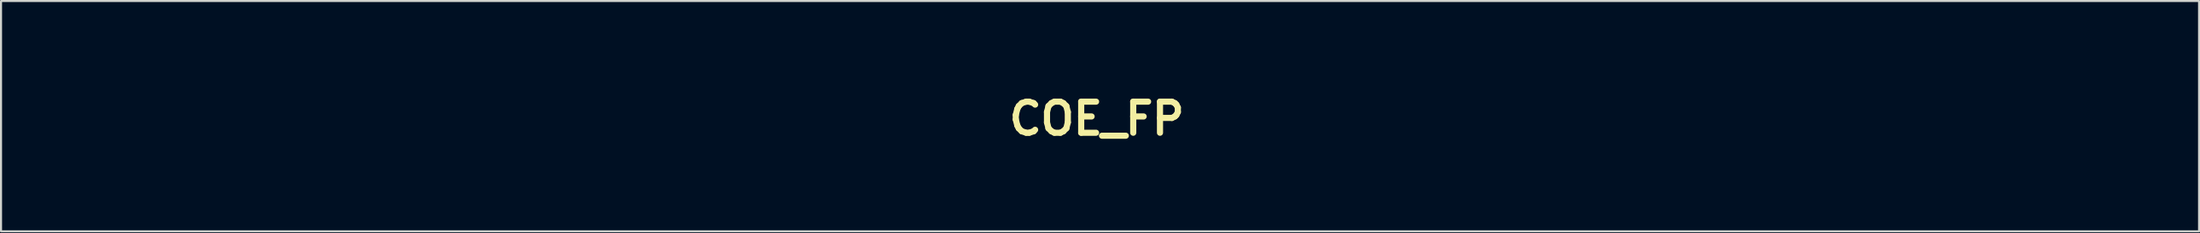
<source format=kicad_pcb>
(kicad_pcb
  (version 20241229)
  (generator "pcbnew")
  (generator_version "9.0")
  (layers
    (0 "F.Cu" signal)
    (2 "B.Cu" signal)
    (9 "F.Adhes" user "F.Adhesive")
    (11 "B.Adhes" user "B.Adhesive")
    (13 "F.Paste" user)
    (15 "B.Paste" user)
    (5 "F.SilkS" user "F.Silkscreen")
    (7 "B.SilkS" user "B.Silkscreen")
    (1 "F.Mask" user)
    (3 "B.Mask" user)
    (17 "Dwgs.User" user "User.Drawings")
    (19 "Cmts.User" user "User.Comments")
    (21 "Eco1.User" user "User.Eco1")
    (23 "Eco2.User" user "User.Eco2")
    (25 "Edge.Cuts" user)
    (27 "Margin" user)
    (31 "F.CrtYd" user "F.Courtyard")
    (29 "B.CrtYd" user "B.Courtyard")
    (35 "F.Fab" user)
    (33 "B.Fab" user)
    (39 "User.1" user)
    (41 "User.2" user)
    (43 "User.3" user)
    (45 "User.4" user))
  (footprint "COE_FP"
    (layer "F.Cu")
    (at 50.49 2.766)
    (property "Reference" "COE_FP" (at 0 0 0) (layer "F.SilkS") (effects (font (size 1.524 1.524) (thickness 0.3))))
    (attr through_hole)
    (fp_poly (pts (xy 15.85 -2.565) (xy 15.831 -2.472) (xy 15.755 -2.44) (xy 15.71 -2.438) (xy 15.513 -2.418) (xy 15.329 -2.365) (xy 15.19 -2.291) (xy 15.139 -2.236) (xy 15.125 -2.159) (xy 15.113 -1.985) (xy 15.104 -1.721) (xy 15.096 -1.371) (xy 15.091 -0.941) (xy 15.088 -0.437) (xy 15.088 -0.109) (xy 15.088 1.923) (xy 15.22 2.027) (xy 15.352 2.097) (xy 15.529 2.152) (xy 15.601 2.165) (xy 15.751 2.19) (xy 15.825 2.227) (xy 15.849 2.289) (xy 15.85 2.318) (xy 15.85 2.438) (xy 13.564 2.438) (xy 13.564 2.311) (xy 13.573 2.233) (xy 13.619 2.196) (xy 13.728 2.185) (xy 13.796 2.184) (xy 14.03 2.159) (xy 14.208 2.087) (xy 14.287 2.012) (xy 14.295 1.95) (xy 14.302 1.798) (xy 14.309 1.567) (xy 14.315 1.267) (xy 14.32 0.91) (xy 14.323 0.506) (xy 14.325 0.068) (xy 14.325 -0.106) (xy 14.325 -0.621) (xy 14.324 -1.043) (xy 14.322 -1.383) (xy 14.318 -1.649) (xy 14.312 -1.852) (xy 14.304 -2.001) (xy 14.293 -2.105) (xy 14.279 -2.173) (xy 14.261 -2.216) (xy 14.24 -2.243) (xy 14.237 -2.246) (xy 14.093 -2.332) (xy 13.902 -2.402) (xy 13.716 -2.437) (xy 13.683 -2.438) (xy 13.592 -2.461) (xy 13.564 -2.549) (xy 13.564 -2.565) (xy 13.564 -2.692) (xy 15.85 -2.692) (xy 15.85 -2.565)) (stroke (width 0.01) (type solid)) (fill yes) (layer "F.Mask"))
    (fp_poly (pts (xy 39.472 -2.565) (xy 39.453 -2.472) (xy 39.377 -2.44) (xy 39.332 -2.438) (xy 39.135 -2.418) (xy 38.951 -2.365) (xy 38.812 -2.291) (xy 38.761 -2.236) (xy 38.747 -2.159) (xy 38.735 -1.985) (xy 38.726 -1.721) (xy 38.718 -1.371) (xy 38.713 -0.941) (xy 38.71 -0.437) (xy 38.71 -0.109) (xy 38.71 1.923) (xy 38.842 2.027) (xy 38.974 2.097) (xy 39.151 2.152) (xy 39.223 2.165) (xy 39.373 2.19) (xy 39.447 2.227) (xy 39.471 2.289) (xy 39.472 2.318) (xy 39.472 2.438) (xy 37.186 2.438) (xy 37.186 2.311) (xy 37.195 2.233) (xy 37.241 2.196) (xy 37.35 2.185) (xy 37.418 2.184) (xy 37.652 2.159) (xy 37.83 2.087) (xy 37.909 2.012) (xy 37.917 1.95) (xy 37.924 1.798) (xy 37.931 1.567) (xy 37.937 1.267) (xy 37.942 0.91) (xy 37.945 0.506) (xy 37.947 0.068) (xy 37.947 -0.106) (xy 37.947 -0.621) (xy 37.946 -1.043) (xy 37.944 -1.383) (xy 37.94 -1.649) (xy 37.934 -1.852) (xy 37.926 -2.001) (xy 37.915 -2.105) (xy 37.901 -2.173) (xy 37.883 -2.216) (xy 37.862 -2.243) (xy 37.859 -2.246) (xy 37.715 -2.332) (xy 37.524 -2.402) (xy 37.338 -2.437) (xy 37.305 -2.438) (xy 37.214 -2.461) (xy 37.186 -2.549) (xy 37.186 -2.565) (xy 37.186 -2.692) (xy 39.472 -2.692) (xy 39.472 -2.565)) (stroke (width 0.01) (type solid)) (fill yes) (layer "F.Mask"))
    (fp_poly (pts (xy -47.462 -2.692) (xy -47.089 -2.572) (xy -46.761 -2.439) (xy -46.668 -2.566) (xy -46.554 -2.664) (xy -46.452 -2.692) (xy -46.33 -2.692) (xy -46.33 -0.864) (xy -46.445 -0.864) (xy -46.508 -0.877) (xy -46.559 -0.929) (xy -46.61 -1.039) (xy -46.673 -1.228) (xy -46.677 -1.238) (xy -46.822 -1.615) (xy -47.004 -1.941) (xy -47.211 -2.197) (xy -47.353 -2.317) (xy -47.482 -2.396) (xy -47.609 -2.443) (xy -47.771 -2.469) (xy -47.965 -2.482) (xy -48.185 -2.487) (xy -48.344 -2.474) (xy -48.483 -2.435) (xy -48.638 -2.366) (xy -48.967 -2.15) (xy -49.231 -1.855) (xy -49.432 -1.482) (xy -49.567 -1.031) (xy -49.639 -0.501) (xy -49.65 -0.178) (xy -49.617 0.358) (xy -49.513 0.835) (xy -49.34 1.249) (xy -49.102 1.594) (xy -48.8 1.865) (xy -48.548 2.01) (xy -48.266 2.099) (xy -47.937 2.134) (xy -47.601 2.116) (xy -47.332 2.054) (xy -47.056 1.913) (xy -46.795 1.696) (xy -46.577 1.426) (xy -46.511 1.313) (xy -46.432 1.167) (xy -46.374 1.062) (xy -46.352 1.025) (xy -46.303 1.032) (xy -46.231 1.065) (xy -46.123 1.123) (xy -46.264 1.383) (xy -46.532 1.776) (xy -46.86 2.091) (xy -47.238 2.321) (xy -47.658 2.464) (xy -48.112 2.514) (xy -48.514 2.482) (xy -48.715 2.434) (xy -48.947 2.356) (xy -49.111 2.287) (xy -49.5 2.052) (xy -49.827 1.748) (xy -50.09 1.387) (xy -50.289 0.981) (xy -50.421 0.544) (xy -50.485 0.086) (xy -50.48 -0.378) (xy -50.403 -0.837) (xy -50.253 -1.279) (xy -50.029 -1.69) (xy -49.728 -2.059) (xy -49.676 -2.11) (xy -49.295 -2.407) (xy -48.871 -2.615) (xy -48.416 -2.734) (xy -47.942 -2.76) (xy -47.462 -2.692)) (stroke (width 0.01) (type solid)) (fill yes) (layer "F.Mask"))
    (fp_poly (pts (xy -42.67 -2.692) (xy -42.21 -2.527) (xy -42.173 -2.51) (xy -41.771 -2.259) (xy -41.431 -1.934) (xy -41.157 -1.548) (xy -40.954 -1.111) (xy -40.828 -0.635) (xy -40.783 -0.132) (xy -40.824 0.388) (xy -40.848 0.518) (xy -40.992 0.981) (xy -41.215 1.399) (xy -41.508 1.762) (xy -41.858 2.063) (xy -42.254 2.294) (xy -42.686 2.447) (xy -43.142 2.515) (xy -43.611 2.489) (xy -43.612 2.489) (xy -44.094 2.363) (xy -44.525 2.152) (xy -44.9 1.862) (xy -45.211 1.499) (xy -45.454 1.069) (xy -45.621 0.577) (xy -45.644 0.478) (xy -45.708 -0.061) (xy -45.705 -0.102) (xy -44.855 -0.102) (xy -44.828 0.452) (xy -44.747 0.926) (xy -44.608 1.327) (xy -44.409 1.661) (xy -44.188 1.903) (xy -44.03 2.03) (xy -43.876 2.131) (xy -43.771 2.18) (xy -43.555 2.219) (xy -43.294 2.231) (xy -43.025 2.219) (xy -42.787 2.184) (xy -42.641 2.138) (xy -42.348 1.95) (xy -42.095 1.674) (xy -41.888 1.317) (xy -41.732 0.887) (xy -41.722 0.85) (xy -41.674 0.591) (xy -41.646 0.263) (xy -41.636 -0.099) (xy -41.645 -0.465) (xy -41.672 -0.802) (xy -41.718 -1.077) (xy -41.728 -1.118) (xy -41.884 -1.567) (xy -42.086 -1.927) (xy -42.336 -2.197) (xy -42.634 -2.379) (xy -42.981 -2.474) (xy -43.211 -2.489) (xy -43.538 -2.47) (xy -43.8 -2.405) (xy -44.028 -2.284) (xy -44.191 -2.154) (xy -44.438 -1.873) (xy -44.627 -1.527) (xy -44.758 -1.11) (xy -44.833 -0.616) (xy -44.855 -0.102) (xy -45.705 -0.102) (xy -45.673 -0.595) (xy -45.539 -1.111) (xy -45.414 -1.405) (xy -45.157 -1.822) (xy -44.835 -2.167) (xy -44.46 -2.438) (xy -44.044 -2.63) (xy -43.599 -2.739) (xy -43.137 -2.761) (xy -42.67 -2.692)) (stroke (width 0.01) (type solid)) (fill yes) (layer "F.Mask"))
    (fp_poly (pts (xy -11.174 -2.692) (xy -10.714 -2.527) (xy -10.677 -2.51) (xy -10.275 -2.259) (xy -9.935 -1.934) (xy -9.661 -1.548) (xy -9.458 -1.111) (xy -9.332 -0.635) (xy -9.287 -0.132) (xy -9.328 0.388) (xy -9.352 0.518) (xy -9.496 0.981) (xy -9.719 1.399) (xy -10.012 1.762) (xy -10.362 2.063) (xy -10.758 2.294) (xy -11.19 2.447) (xy -11.646 2.515) (xy -12.115 2.489) (xy -12.116 2.489) (xy -12.598 2.363) (xy -13.029 2.152) (xy -13.404 1.862) (xy -13.715 1.499) (xy -13.958 1.069) (xy -14.125 0.577) (xy -14.148 0.478) (xy -14.212 -0.061) (xy -14.209 -0.102) (xy -13.359 -0.102) (xy -13.332 0.452) (xy -13.251 0.926) (xy -13.112 1.327) (xy -12.913 1.661) (xy -12.692 1.903) (xy -12.534 2.03) (xy -12.38 2.131) (xy -12.275 2.18) (xy -12.059 2.219) (xy -11.798 2.231) (xy -11.529 2.219) (xy -11.291 2.184) (xy -11.145 2.138) (xy -10.852 1.95) (xy -10.599 1.674) (xy -10.392 1.317) (xy -10.236 0.887) (xy -10.226 0.85) (xy -10.178 0.591) (xy -10.15 0.263) (xy -10.14 -0.099) (xy -10.149 -0.465) (xy -10.176 -0.802) (xy -10.222 -1.077) (xy -10.232 -1.118) (xy -10.388 -1.567) (xy -10.59 -1.927) (xy -10.84 -2.197) (xy -11.138 -2.379) (xy -11.485 -2.474) (xy -11.715 -2.489) (xy -12.042 -2.47) (xy -12.304 -2.405) (xy -12.532 -2.284) (xy -12.695 -2.154) (xy -12.942 -1.873) (xy -13.131 -1.527) (xy -13.262 -1.11) (xy -13.337 -0.616) (xy -13.359 -0.102) (xy -14.209 -0.102) (xy -14.177 -0.595) (xy -14.043 -1.111) (xy -13.918 -1.405) (xy -13.661 -1.822) (xy -13.339 -2.167) (xy -12.964 -2.438) (xy -12.548 -2.63) (xy -12.103 -2.739) (xy -11.641 -2.761) (xy -11.174 -2.692)) (stroke (width 0.01) (type solid)) (fill yes) (layer "F.Mask"))
    (fp_poly (pts (xy -37.948 -2.572) (xy -37.961 -2.495) (xy -38.018 -2.454) (xy -38.146 -2.429) (xy -38.175 -2.426) (xy -38.348 -2.391) (xy -38.499 -2.335) (xy -38.531 -2.317) (xy -38.659 -2.233) (xy -38.659 -0.161) (xy -38.658 0.369) (xy -38.656 0.805) (xy -38.653 1.159) (xy -38.648 1.437) (xy -38.641 1.649) (xy -38.631 1.803) (xy -38.618 1.91) (xy -38.603 1.977) (xy -38.587 2.01) (xy -38.544 2.052) (xy -38.478 2.082) (xy -38.369 2.102) (xy -38.198 2.115) (xy -37.947 2.124) (xy -37.909 2.125) (xy -37.561 2.129) (xy -37.296 2.117) (xy -37.097 2.082) (xy -36.944 2.021) (xy -36.821 1.928) (xy -36.71 1.798) (xy -36.703 1.788) (xy -36.582 1.61) (xy -36.451 1.394) (xy -36.361 1.232) (xy -36.245 1.036) (xy -36.152 0.933) (xy -36.1 0.915) (xy -36.059 0.921) (xy -36.033 0.953) (xy -36.022 1.027) (xy -36.023 1.162) (xy -36.034 1.374) (xy -36.039 1.46) (xy -36.056 1.712) (xy -36.075 1.95) (xy -36.092 2.14) (xy -36.101 2.223) (xy -36.13 2.438) (xy -40.132 2.438) (xy -40.132 2.318) (xy -40.121 2.246) (xy -40.072 2.205) (xy -39.96 2.182) (xy -39.869 2.172) (xy -39.761 2.162) (xy -39.672 2.15) (xy -39.6 2.125) (xy -39.544 2.079) (xy -39.5 2.004) (xy -39.468 1.889) (xy -39.446 1.727) (xy -39.433 1.507) (xy -39.425 1.222) (xy -39.421 0.861) (xy -39.421 0.416) (xy -39.421 -0.085) (xy -39.422 -0.588) (xy -39.426 -1.037) (xy -39.431 -1.424) (xy -39.439 -1.74) (xy -39.449 -1.978) (xy -39.46 -2.128) (xy -39.47 -2.182) (xy -39.552 -2.26) (xy -39.694 -2.34) (xy -39.859 -2.405) (xy -40.008 -2.437) (xy -40.031 -2.438) (xy -40.11 -2.469) (xy -40.132 -2.565) (xy -40.132 -2.692) (xy -37.948 -2.692) (xy -37.948 -2.572)) (stroke (width 0.01) (type solid)) (fill yes) (layer "F.Mask"))
    (fp_poly (pts (xy -33.426 -2.572) (xy -33.44 -2.495) (xy -33.497 -2.454) (xy -33.625 -2.429) (xy -33.654 -2.426) (xy -33.827 -2.391) (xy -33.978 -2.335) (xy -34.01 -2.317) (xy -34.138 -2.233) (xy -34.138 -0.161) (xy -34.137 0.369) (xy -34.135 0.805) (xy -34.132 1.159) (xy -34.127 1.437) (xy -34.119 1.649) (xy -34.11 1.803) (xy -34.097 1.91) (xy -34.081 1.977) (xy -34.066 2.01) (xy -34.023 2.052) (xy -33.957 2.082) (xy -33.847 2.102) (xy -33.677 2.115) (xy -33.426 2.124) (xy -33.388 2.125) (xy -33.04 2.129) (xy -32.775 2.117) (xy -32.576 2.082) (xy -32.423 2.021) (xy -32.3 1.928) (xy -32.189 1.798) (xy -32.182 1.788) (xy -32.061 1.61) (xy -31.93 1.394) (xy -31.84 1.232) (xy -31.724 1.036) (xy -31.631 0.933) (xy -31.579 0.915) (xy -31.537 0.921) (xy -31.512 0.953) (xy -31.501 1.027) (xy -31.501 1.162) (xy -31.512 1.374) (xy -31.518 1.46) (xy -31.535 1.712) (xy -31.553 1.95) (xy -31.571 2.14) (xy -31.58 2.223) (xy -31.609 2.438) (xy -35.611 2.438) (xy -35.611 2.318) (xy -35.6 2.246) (xy -35.551 2.205) (xy -35.438 2.182) (xy -35.347 2.172) (xy -35.24 2.162) (xy -35.151 2.15) (xy -35.079 2.125) (xy -35.022 2.079) (xy -34.979 2.004) (xy -34.947 1.889) (xy -34.925 1.727) (xy -34.911 1.507) (xy -34.904 1.222) (xy -34.9 0.861) (xy -34.899 0.416) (xy -34.9 -0.085) (xy -34.901 -0.588) (xy -34.904 -1.037) (xy -34.91 -1.424) (xy -34.918 -1.74) (xy -34.928 -1.978) (xy -34.939 -2.128) (xy -34.949 -2.182) (xy -35.03 -2.26) (xy -35.173 -2.34) (xy -35.338 -2.405) (xy -35.487 -2.437) (xy -35.51 -2.438) (xy -35.589 -2.469) (xy -35.611 -2.565) (xy -35.611 -2.692) (xy -33.426 -2.692) (xy -33.426 -2.572)) (stroke (width 0.01) (type solid)) (fill yes) (layer "F.Mask"))
    (fp_poly (pts (xy -4.623 -2.057) (xy -4.623 -1.794) (xy -4.627 -1.616) (xy -4.637 -1.507) (xy -4.657 -1.449) (xy -4.689 -1.426) (xy -4.736 -1.422) (xy -4.74 -1.422) (xy -4.827 -1.449) (xy -4.907 -1.54) (xy -4.971 -1.658) (xy -5.134 -1.945) (xy -5.307 -2.167) (xy -5.478 -2.307) (xy -5.492 -2.314) (xy -5.585 -2.346) (xy -5.732 -2.368) (xy -5.947 -2.381) (xy -6.243 -2.387) (xy -6.398 -2.388) (xy -7.163 -2.388) (xy -7.163 -0.356) (xy -6.678 -0.356) (xy -6.356 -0.367) (xy -6.118 -0.407) (xy -5.948 -0.485) (xy -5.829 -0.609) (xy -5.747 -0.79) (xy -5.714 -0.905) (xy -5.662 -1.062) (xy -5.599 -1.14) (xy -5.545 -1.159) (xy -5.507 -1.162) (xy -5.48 -1.15) (xy -5.46 -1.109) (xy -5.448 -1.027) (xy -5.44 -0.891) (xy -5.437 -0.687) (xy -5.436 -0.403) (xy -5.436 -0.178) (xy -5.436 0.82) (xy -5.548 0.804) (xy -5.634 0.762) (xy -5.686 0.652) (xy -5.7 0.595) (xy -5.768 0.349) (xy -5.865 0.171) (xy -6.007 0.053) (xy -6.209 -0.016) (xy -6.486 -0.047) (xy -6.678 -0.051) (xy -7.163 -0.051) (xy -7.163 0.94) (xy -7.162 1.312) (xy -7.155 1.596) (xy -7.138 1.805) (xy -7.107 1.95) (xy -7.055 2.045) (xy -6.979 2.103) (xy -6.873 2.137) (xy -6.733 2.16) (xy -6.708 2.164) (xy -6.555 2.189) (xy -6.479 2.224) (xy -6.453 2.284) (xy -6.452 2.318) (xy -6.452 2.438) (xy -8.636 2.438) (xy -8.636 2.311) (xy -8.626 2.232) (xy -8.578 2.195) (xy -8.464 2.185) (xy -8.414 2.184) (xy -8.178 2.146) (xy -8.059 2.079) (xy -7.925 1.974) (xy -7.925 -0.074) (xy -7.925 -0.607) (xy -7.925 -1.047) (xy -7.928 -1.404) (xy -7.936 -1.688) (xy -7.949 -1.906) (xy -7.971 -2.069) (xy -8.002 -2.186) (xy -8.044 -2.266) (xy -8.1 -2.318) (xy -8.17 -2.351) (xy -8.257 -2.375) (xy -8.363 -2.398) (xy -8.369 -2.4) (xy -8.527 -2.444) (xy -8.608 -2.489) (xy -8.635 -2.553) (xy -8.636 -2.577) (xy -8.636 -2.692) (xy -4.623 -2.692) (xy -4.623 -2.057)) (stroke (width 0.01) (type solid)) (fill yes) (layer "F.Mask"))
    (fp_poly (pts (xy 7.772 -2.572) (xy 7.756 -2.491) (xy 7.691 -2.446) (xy 7.564 -2.418) (xy 7.307 -2.354) (xy 7.135 -2.252) (xy 7.033 -2.103) (xy 7.013 -2.045) (xy 6.999 -1.943) (xy 6.987 -1.745) (xy 6.978 -1.459) (xy 6.97 -1.09) (xy 6.964 -0.644) (xy 6.961 -0.128) (xy 6.96 0.318) (xy 6.96 2.489) (xy 6.818 2.489) (xy 6.781 2.483) (xy 6.738 2.46) (xy 6.682 2.415) (xy 6.608 2.34) (xy 6.511 2.229) (xy 6.387 2.076) (xy 6.229 1.874) (xy 6.032 1.617) (xy 5.791 1.299) (xy 5.502 0.913) (xy 5.158 0.452) (xy 5.103 0.378) (xy 3.531 -1.733) (xy 3.517 -0.11) (xy 3.514 0.389) (xy 3.515 0.795) (xy 3.519 1.117) (xy 3.527 1.363) (xy 3.54 1.542) (xy 3.556 1.661) (xy 3.568 1.707) (xy 3.686 1.909) (xy 3.883 2.062) (xy 4.143 2.153) (xy 4.195 2.162) (xy 4.336 2.191) (xy 4.402 2.233) (xy 4.419 2.307) (xy 4.42 2.317) (xy 4.42 2.438) (xy 2.337 2.438) (xy 2.337 2.323) (xy 2.352 2.252) (xy 2.415 2.202) (xy 2.548 2.159) (xy 2.603 2.145) (xy 2.8 2.087) (xy 2.941 2.011) (xy 3.037 1.897) (xy 3.1 1.73) (xy 3.14 1.49) (xy 3.16 1.287) (xy 3.173 1.076) (xy 3.183 0.785) (xy 3.19 0.439) (xy 3.194 0.059) (xy 3.193 -0.332) (xy 3.191 -0.533) (xy 3.186 -0.929) (xy 3.179 -1.237) (xy 3.172 -1.47) (xy 3.161 -1.641) (xy 3.146 -1.765) (xy 3.127 -1.855) (xy 3.101 -1.924) (xy 3.071 -1.981) (xy 2.891 -2.195) (xy 2.651 -2.352) (xy 2.43 -2.42) (xy 2.3 -2.452) (xy 2.245 -2.504) (xy 2.235 -2.572) (xy 2.235 -2.692) (xy 2.959 -2.689) (xy 3.683 -2.686) (xy 5.131 -0.73) (xy 6.579 1.227) (xy 6.594 -0.212) (xy 6.596 -0.597) (xy 6.597 -0.959) (xy 6.595 -1.282) (xy 6.591 -1.552) (xy 6.585 -1.753) (xy 6.578 -1.868) (xy 6.577 -1.873) (xy 6.513 -2.088) (xy 6.384 -2.243) (xy 6.177 -2.349) (xy 6.027 -2.39) (xy 5.863 -2.432) (xy 5.776 -2.474) (xy 5.744 -2.531) (xy 5.74 -2.573) (xy 5.74 -2.692) (xy 7.772 -2.692) (xy 7.772 -2.572)) (stroke (width 0.01) (type solid)) (fill yes) (layer "F.Mask"))
    (fp_poly (pts (xy 21.844 -2.572) (xy 21.828 -2.491) (xy 21.762 -2.446) (xy 21.635 -2.418) (xy 21.379 -2.354) (xy 21.207 -2.252) (xy 21.105 -2.103) (xy 21.085 -2.045) (xy 21.071 -1.943) (xy 21.059 -1.745) (xy 21.049 -1.459) (xy 21.041 -1.09) (xy 21.036 -0.644) (xy 21.032 -0.128) (xy 21.031 0.318) (xy 21.031 2.489) (xy 20.889 2.489) (xy 20.853 2.483) (xy 20.809 2.46) (xy 20.753 2.415) (xy 20.68 2.34) (xy 20.583 2.229) (xy 20.458 2.076) (xy 20.3 1.874) (xy 20.103 1.617) (xy 19.863 1.299) (xy 19.573 0.913) (xy 19.229 0.452) (xy 19.175 0.378) (xy 17.602 -1.733) (xy 17.589 -0.11) (xy 17.586 0.389) (xy 17.586 0.795) (xy 17.591 1.117) (xy 17.599 1.363) (xy 17.611 1.542) (xy 17.628 1.661) (xy 17.64 1.707) (xy 17.758 1.909) (xy 17.954 2.062) (xy 18.214 2.153) (xy 18.266 2.162) (xy 18.407 2.191) (xy 18.474 2.233) (xy 18.491 2.307) (xy 18.491 2.317) (xy 18.491 2.438) (xy 16.408 2.438) (xy 16.408 2.323) (xy 16.424 2.252) (xy 16.486 2.202) (xy 16.619 2.159) (xy 16.674 2.145) (xy 16.872 2.087) (xy 17.013 2.011) (xy 17.109 1.897) (xy 17.171 1.73) (xy 17.212 1.49) (xy 17.232 1.287) (xy 17.245 1.076) (xy 17.255 0.785) (xy 17.262 0.439) (xy 17.265 0.059) (xy 17.265 -0.332) (xy 17.263 -0.533) (xy 17.257 -0.929) (xy 17.251 -1.237) (xy 17.243 -1.47) (xy 17.233 -1.641) (xy 17.218 -1.765) (xy 17.198 -1.855) (xy 17.173 -1.924) (xy 17.142 -1.981) (xy 16.962 -2.195) (xy 16.722 -2.352) (xy 16.501 -2.42) (xy 16.372 -2.452) (xy 16.316 -2.504) (xy 16.307 -2.572) (xy 16.307 -2.692) (xy 17.031 -2.689) (xy 17.755 -2.686) (xy 19.202 -0.73) (xy 20.65 1.227) (xy 20.665 -0.212) (xy 20.668 -0.597) (xy 20.668 -0.959) (xy 20.667 -1.282) (xy 20.663 -1.552) (xy 20.657 -1.753) (xy 20.649 -1.868) (xy 20.648 -1.873) (xy 20.584 -2.088) (xy 20.455 -2.243) (xy 20.248 -2.349) (xy 20.099 -2.39) (xy 19.935 -2.432) (xy 19.848 -2.474) (xy 19.815 -2.531) (xy 19.812 -2.573) (xy 19.812 -2.692) (xy 21.844 -2.692) (xy 21.844 -2.572)) (stroke (width 0.01) (type solid)) (fill yes) (layer "F.Mask"))
    (fp_poly (pts (xy 45.415 -2.572) (xy 45.399 -2.491) (xy 45.334 -2.446) (xy 45.207 -2.418) (xy 44.95 -2.354) (xy 44.778 -2.252) (xy 44.676 -2.103) (xy 44.656 -2.045) (xy 44.642 -1.943) (xy 44.63 -1.745) (xy 44.62 -1.459) (xy 44.612 -1.09) (xy 44.607 -0.644) (xy 44.604 -0.128) (xy 44.603 0.318) (xy 44.602 2.489) (xy 44.46 2.489) (xy 44.424 2.483) (xy 44.381 2.46) (xy 44.325 2.415) (xy 44.251 2.34) (xy 44.154 2.229) (xy 44.029 2.076) (xy 43.871 1.874) (xy 43.675 1.617) (xy 43.434 1.299) (xy 43.144 0.913) (xy 42.801 0.452) (xy 42.746 0.378) (xy 41.173 -1.733) (xy 41.16 -0.11) (xy 41.157 0.389) (xy 41.158 0.795) (xy 41.162 1.117) (xy 41.17 1.363) (xy 41.182 1.542) (xy 41.199 1.661) (xy 41.211 1.707) (xy 41.329 1.909) (xy 41.526 2.062) (xy 41.785 2.153) (xy 41.838 2.162) (xy 41.979 2.191) (xy 42.045 2.233) (xy 42.062 2.307) (xy 42.062 2.317) (xy 42.062 2.438) (xy 39.98 2.438) (xy 39.98 2.323) (xy 39.995 2.252) (xy 40.058 2.202) (xy 40.19 2.159) (xy 40.245 2.145) (xy 40.443 2.087) (xy 40.584 2.011) (xy 40.68 1.897) (xy 40.742 1.73) (xy 40.783 1.49) (xy 40.803 1.287) (xy 40.816 1.076) (xy 40.826 0.785) (xy 40.833 0.439) (xy 40.836 0.059) (xy 40.836 -0.332) (xy 40.834 -0.533) (xy 40.828 -0.929) (xy 40.822 -1.237) (xy 40.814 -1.47) (xy 40.804 -1.641) (xy 40.789 -1.765) (xy 40.77 -1.855) (xy 40.744 -1.924) (xy 40.713 -1.981) (xy 40.533 -2.195) (xy 40.293 -2.352) (xy 40.073 -2.42) (xy 39.943 -2.452) (xy 39.888 -2.504) (xy 39.878 -2.572) (xy 39.878 -2.692) (xy 40.602 -2.689) (xy 41.326 -2.686) (xy 42.774 -0.73) (xy 44.221 1.227) (xy 44.236 -0.212) (xy 44.239 -0.597) (xy 44.24 -0.959) (xy 44.238 -1.282) (xy 44.234 -1.552) (xy 44.228 -1.753) (xy 44.22 -1.868) (xy 44.22 -1.873) (xy 44.156 -2.088) (xy 44.026 -2.243) (xy 43.82 -2.349) (xy 43.67 -2.39) (xy 43.506 -2.432) (xy 43.419 -2.474) (xy 43.387 -2.531) (xy 43.383 -2.573) (xy 43.383 -2.692) (xy 45.415 -2.692) (xy 45.415 -2.572)) (stroke (width 0.01) (type solid)) (fill yes) (layer "F.Mask"))
    (fp_poly (pts (xy 48.748 -2.742) (xy 49.168 -2.658) (xy 49.417 -2.566) (xy 49.596 -2.486) (xy 49.707 -2.45) (xy 49.773 -2.458) (xy 49.817 -2.509) (xy 49.844 -2.565) (xy 49.933 -2.67) (xy 50.013 -2.692) (xy 50.069 -2.685) (xy 50.105 -2.648) (xy 50.128 -2.561) (xy 50.146 -2.405) (xy 50.157 -2.273) (xy 50.173 -2.014) (xy 50.185 -1.712) (xy 50.19 -1.426) (xy 50.19 -1.384) (xy 50.189 -1.164) (xy 50.183 -1.027) (xy 50.166 -0.952) (xy 50.134 -0.921) (xy 50.081 -0.914) (xy 50.067 -0.914) (xy 49.99 -0.93) (xy 49.933 -0.991) (xy 49.877 -1.122) (xy 49.857 -1.181) (xy 49.688 -1.614) (xy 49.491 -1.953) (xy 49.26 -2.204) (xy 48.988 -2.373) (xy 48.669 -2.466) (xy 48.364 -2.489) (xy 47.998 -2.456) (xy 47.689 -2.352) (xy 47.413 -2.165) (xy 47.233 -1.986) (xy 47.021 -1.702) (xy 46.864 -1.378) (xy 46.758 -0.999) (xy 46.7 -0.553) (xy 46.685 -0.105) (xy 46.718 0.441) (xy 46.816 0.914) (xy 46.983 1.319) (xy 47.22 1.664) (xy 47.381 1.829) (xy 47.637 2.029) (xy 47.9 2.156) (xy 48.197 2.219) (xy 48.557 2.228) (xy 48.581 2.227) (xy 48.864 2.203) (xy 49.083 2.153) (xy 49.239 2.09) (xy 49.482 1.971) (xy 49.468 1.283) (xy 49.461 1.006) (xy 49.453 0.813) (xy 49.44 0.685) (xy 49.418 0.603) (xy 49.385 0.55) (xy 49.336 0.507) (xy 49.324 0.498) (xy 49.193 0.435) (xy 49.007 0.386) (xy 48.905 0.371) (xy 48.74 0.35) (xy 48.654 0.322) (xy 48.62 0.275) (xy 48.616 0.221) (xy 48.616 0.102) (xy 50.8 0.102) (xy 50.8 0.222) (xy 50.784 0.303) (xy 50.717 0.349) (xy 50.596 0.375) (xy 50.45 0.405) (xy 50.344 0.452) (xy 50.271 0.53) (xy 50.226 0.654) (xy 50.202 0.839) (xy 50.192 1.1) (xy 50.19 1.341) (xy 50.19 2.072) (xy 49.873 2.199) (xy 49.462 2.336) (xy 49.022 2.435) (xy 48.584 2.493) (xy 48.181 2.505) (xy 47.952 2.485) (xy 47.48 2.369) (xy 47.055 2.169) (xy 46.683 1.895) (xy 46.37 1.556) (xy 46.123 1.162) (xy 45.946 0.723) (xy 45.848 0.247) (xy 45.833 -0.255) (xy 45.895 -0.717) (xy 46.043 -1.187) (xy 46.274 -1.619) (xy 46.578 -2) (xy 46.943 -2.316) (xy 47.357 -2.553) (xy 47.445 -2.59) (xy 47.857 -2.708) (xy 48.301 -2.758) (xy 48.748 -2.742)) (stroke (width 0.01) (type solid)) (fill yes) (layer "F.Mask"))
    (fp_poly (pts (xy -23.388 -2.742) (xy -22.968 -2.658) (xy -22.719 -2.566) (xy -22.54 -2.486) (xy -22.429 -2.45) (xy -22.363 -2.458) (xy -22.319 -2.509) (xy -22.292 -2.565) (xy -22.203 -2.67) (xy -22.123 -2.692) (xy -22.067 -2.685) (xy -22.031 -2.648) (xy -22.008 -2.561) (xy -21.99 -2.405) (xy -21.979 -2.273) (xy -21.963 -2.014) (xy -21.951 -1.712) (xy -21.946 -1.426) (xy -21.946 -1.384) (xy -21.947 -1.164) (xy -21.953 -1.027) (xy -21.97 -0.952) (xy -22.002 -0.921) (xy -22.055 -0.914) (xy -22.069 -0.914) (xy -22.146 -0.93) (xy -22.203 -0.991) (xy -22.259 -1.122) (xy -22.279 -1.181) (xy -22.448 -1.614) (xy -22.645 -1.953) (xy -22.876 -2.204) (xy -23.148 -2.373) (xy -23.467 -2.466) (xy -23.772 -2.489) (xy -24.138 -2.456) (xy -24.447 -2.352) (xy -24.723 -2.165) (xy -24.903 -1.986) (xy -25.115 -1.702) (xy -25.272 -1.378) (xy -25.378 -0.999) (xy -25.436 -0.553) (xy -25.451 -0.105) (xy -25.418 0.441) (xy -25.32 0.914) (xy -25.153 1.319) (xy -24.916 1.664) (xy -24.755 1.829) (xy -24.499 2.029) (xy -24.236 2.156) (xy -23.939 2.219) (xy -23.579 2.228) (xy -23.555 2.227) (xy -23.272 2.203) (xy -23.053 2.153) (xy -22.897 2.09) (xy -22.654 1.971) (xy -22.668 1.283) (xy -22.675 1.006) (xy -22.683 0.813) (xy -22.696 0.685) (xy -22.718 0.603) (xy -22.751 0.55) (xy -22.8 0.507) (xy -22.812 0.498) (xy -22.943 0.435) (xy -23.129 0.386) (xy -23.231 0.371) (xy -23.396 0.35) (xy -23.482 0.322) (xy -23.516 0.275) (xy -23.52 0.221) (xy -23.52 0.102) (xy -21.285 0.102) (xy -21.285 0.229) (xy -21.307 0.326) (xy -21.389 0.355) (xy -21.405 0.356) (xy -21.581 0.38) (xy -21.749 0.442) (xy -21.87 0.526) (xy -21.896 0.561) (xy -21.914 0.644) (xy -21.929 0.807) (xy -21.94 1.029) (xy -21.945 1.287) (xy -21.946 1.363) (xy -21.946 2.072) (xy -22.263 2.199) (xy -22.674 2.336) (xy -23.114 2.435) (xy -23.552 2.493) (xy -23.955 2.505) (xy -24.184 2.485) (xy -24.656 2.369) (xy -25.081 2.169) (xy -25.453 1.895) (xy -25.766 1.556) (xy -26.013 1.162) (xy -26.19 0.723) (xy -26.288 0.247) (xy -26.303 -0.255) (xy -26.241 -0.717) (xy -26.093 -1.187) (xy -25.862 -1.619) (xy -25.558 -2) (xy -25.193 -2.316) (xy -24.779 -2.553) (xy -24.691 -2.59) (xy -24.279 -2.708) (xy -23.835 -2.758) (xy -23.388 -2.742)) (stroke (width 0.01) (type solid)) (fill yes) (layer "F.Mask"))
    (fp_poly (pts (xy 11.106 -2.742) (xy 11.525 -2.658) (xy 11.774 -2.566) (xy 11.953 -2.486) (xy 12.064 -2.45) (xy 12.13 -2.458) (xy 12.174 -2.509) (xy 12.201 -2.565) (xy 12.29 -2.67) (xy 12.37 -2.692) (xy 12.426 -2.685) (xy 12.462 -2.648) (xy 12.485 -2.561) (xy 12.503 -2.405) (xy 12.514 -2.273) (xy 12.53 -2.014) (xy 12.542 -1.712) (xy 12.547 -1.426) (xy 12.547 -1.384) (xy 12.546 -1.164) (xy 12.54 -1.027) (xy 12.523 -0.952) (xy 12.491 -0.921) (xy 12.438 -0.914) (xy 12.425 -0.914) (xy 12.347 -0.93) (xy 12.29 -0.991) (xy 12.234 -1.122) (xy 12.214 -1.181) (xy 12.045 -1.614) (xy 11.848 -1.953) (xy 11.617 -2.204) (xy 11.345 -2.373) (xy 11.026 -2.466) (xy 10.722 -2.489) (xy 10.355 -2.456) (xy 10.046 -2.352) (xy 9.771 -2.165) (xy 9.59 -1.986) (xy 9.378 -1.702) (xy 9.221 -1.378) (xy 9.116 -0.999) (xy 9.058 -0.553) (xy 9.042 -0.105) (xy 9.075 0.441) (xy 9.173 0.914) (xy 9.34 1.319) (xy 9.577 1.664) (xy 9.738 1.829) (xy 9.994 2.029) (xy 10.257 2.156) (xy 10.555 2.219) (xy 10.914 2.228) (xy 10.938 2.227) (xy 11.221 2.203) (xy 11.441 2.153) (xy 11.596 2.09) (xy 11.839 1.971) (xy 11.825 1.283) (xy 11.819 1.006) (xy 11.811 0.813) (xy 11.797 0.685) (xy 11.776 0.603) (xy 11.742 0.55) (xy 11.693 0.507) (xy 11.681 0.498) (xy 11.55 0.435) (xy 11.364 0.386) (xy 11.262 0.371) (xy 11.098 0.35) (xy 11.011 0.322) (xy 10.977 0.275) (xy 10.973 0.221) (xy 10.973 0.102) (xy 13.208 0.102) (xy 13.208 0.229) (xy 13.186 0.326) (xy 13.104 0.355) (xy 13.089 0.356) (xy 12.912 0.38) (xy 12.744 0.442) (xy 12.623 0.526) (xy 12.597 0.561) (xy 12.579 0.644) (xy 12.564 0.807) (xy 12.553 1.029) (xy 12.548 1.287) (xy 12.548 1.363) (xy 12.548 2.072) (xy 12.23 2.199) (xy 11.819 2.336) (xy 11.379 2.435) (xy 10.941 2.493) (xy 10.538 2.505) (xy 10.309 2.485) (xy 9.837 2.369) (xy 9.412 2.169) (xy 9.04 1.895) (xy 8.727 1.556) (xy 8.48 1.162) (xy 8.304 0.723) (xy 8.205 0.247) (xy 8.19 -0.255) (xy 8.252 -0.717) (xy 8.4 -1.187) (xy 8.632 -1.619) (xy 8.935 -2) (xy 9.3 -2.316) (xy 9.714 -2.553) (xy 9.802 -2.59) (xy 10.214 -2.708) (xy 10.659 -2.758) (xy 11.106 -2.742)) (stroke (width 0.01) (type solid)) (fill yes) (layer "F.Mask"))
    (fp_poly (pts (xy 33.185 -2.691) (xy 33.717 -2.687) (xy 34.16 -2.675) (xy 34.524 -2.654) (xy 34.821 -2.621) (xy 35.064 -2.574) (xy 35.263 -2.511) (xy 35.431 -2.43) (xy 35.578 -2.329) (xy 35.679 -2.242) (xy 35.846 -2.05) (xy 35.944 -1.837) (xy 35.985 -1.57) (xy 35.988 -1.472) (xy 35.978 -1.24) (xy 35.935 -1.053) (xy 35.862 -0.888) (xy 35.694 -0.653) (xy 35.454 -0.441) (xy 35.172 -0.273) (xy 34.974 -0.197) (xy 34.828 -0.14) (xy 34.768 -0.083) (xy 34.769 -0.066) (xy 34.81 -0.001) (xy 34.902 0.131) (xy 35.035 0.313) (xy 35.199 0.533) (xy 35.381 0.776) (xy 35.572 1.027) (xy 35.761 1.272) (xy 35.936 1.497) (xy 36.087 1.688) (xy 36.203 1.831) (xy 36.273 1.91) (xy 36.278 1.915) (xy 36.448 2.035) (xy 36.655 2.13) (xy 36.851 2.181) (xy 36.905 2.184) (xy 37.002 2.205) (xy 37.033 2.285) (xy 37.033 2.311) (xy 37.033 2.438) (xy 35.687 2.435) (xy 35.234 1.755) (xy 35.044 1.473) (xy 34.836 1.174) (xy 34.635 0.891) (xy 34.46 0.653) (xy 34.421 0.6) (xy 34.06 0.127) (xy 33.769 0.112) (xy 33.477 0.097) (xy 33.478 1.026) (xy 33.48 1.326) (xy 33.486 1.592) (xy 33.495 1.808) (xy 33.506 1.955) (xy 33.517 2.016) (xy 33.612 2.092) (xy 33.772 2.151) (xy 33.959 2.182) (xy 34.014 2.184) (xy 34.133 2.194) (xy 34.181 2.239) (xy 34.188 2.311) (xy 34.188 2.438) (xy 32.004 2.438) (xy 32.004 2.318) (xy 32.015 2.246) (xy 32.064 2.205) (xy 32.176 2.182) (xy 32.267 2.172) (xy 32.374 2.162) (xy 32.462 2.15) (xy 32.534 2.126) (xy 32.59 2.082) (xy 32.634 2.008) (xy 32.666 1.896) (xy 32.688 1.736) (xy 32.703 1.52) (xy 32.711 1.239) (xy 32.714 0.884) (xy 32.715 0.446) (xy 32.715 -0.084) (xy 32.715 -0.133) (xy 32.715 -0.193) (xy 33.477 -0.193) (xy 33.956 -0.211) (xy 34.188 -0.222) (xy 34.348 -0.241) (xy 34.466 -0.273) (xy 34.571 -0.328) (xy 34.654 -0.383) (xy 34.888 -0.592) (xy 35.038 -0.839) (xy 35.114 -1.141) (xy 35.127 -1.372) (xy 35.109 -1.664) (xy 35.049 -1.886) (xy 34.935 -2.064) (xy 34.764 -2.22) (xy 34.674 -2.284) (xy 34.585 -2.326) (xy 34.474 -2.352) (xy 34.316 -2.367) (xy 34.086 -2.377) (xy 34.027 -2.379) (xy 33.477 -2.397) (xy 33.477 -0.193) (xy 32.715 -0.193) (xy 32.715 -0.666) (xy 32.715 -1.107) (xy 32.712 -1.464) (xy 32.704 -1.747) (xy 32.691 -1.964) (xy 32.669 -2.126) (xy 32.637 -2.239) (xy 32.594 -2.315) (xy 32.538 -2.362) (xy 32.466 -2.388) (xy 32.378 -2.403) (xy 32.27 -2.416) (xy 32.26 -2.418) (xy 32.107 -2.443) (xy 32.031 -2.478) (xy 32.006 -2.538) (xy 32.004 -2.572) (xy 32.004 -2.692) (xy 33.185 -2.691)) (stroke (width 0.01) (type solid)) (fill yes) (layer "F.Mask"))
    (fp_poly (pts (xy -27.127 -2.083) (xy -27.128 -1.826) (xy -27.132 -1.654) (xy -27.143 -1.549) (xy -27.164 -1.496) (xy -27.198 -1.476) (xy -27.245 -1.473) (xy -27.344 -1.506) (xy -27.43 -1.617) (xy -27.452 -1.662) (xy -27.582 -1.887) (xy -27.74 -2.093) (xy -27.903 -2.252) (xy -27.994 -2.313) (xy -28.088 -2.345) (xy -28.234 -2.368) (xy -28.445 -2.381) (xy -28.738 -2.387) (xy -28.877 -2.388) (xy -29.616 -2.388) (xy -29.616 -0.356) (xy -29.104 -0.356) (xy -28.87 -0.357) (xy -28.714 -0.365) (xy -28.611 -0.384) (xy -28.538 -0.42) (xy -28.47 -0.479) (xy -28.449 -0.5) (xy -28.343 -0.643) (xy -28.258 -0.822) (xy -28.244 -0.868) (xy -28.203 -1.018) (xy -28.171 -1.13) (xy -28.164 -1.156) (xy -28.106 -1.208) (xy -28.043 -1.219) (xy -28.008 -1.216) (xy -27.982 -1.196) (xy -27.964 -1.147) (xy -27.952 -1.055) (xy -27.945 -0.908) (xy -27.941 -0.693) (xy -27.94 -0.396) (xy -27.94 -0.203) (xy -27.94 0.142) (xy -27.942 0.398) (xy -27.947 0.58) (xy -27.957 0.698) (xy -27.972 0.768) (xy -27.993 0.802) (xy -28.024 0.812) (xy -28.043 0.813) (xy -28.135 0.786) (xy -28.164 0.749) (xy -28.188 0.664) (xy -28.226 0.524) (xy -28.244 0.461) (xy -28.316 0.285) (xy -28.42 0.125) (xy -28.449 0.093) (xy -28.519 0.028) (xy -28.588 -0.014) (xy -28.681 -0.038) (xy -28.82 -0.048) (xy -29.03 -0.051) (xy -29.104 -0.051) (xy -29.616 -0.051) (xy -29.616 0.917) (xy -29.616 1.253) (xy -29.614 1.502) (xy -29.608 1.681) (xy -29.597 1.803) (xy -29.579 1.884) (xy -29.552 1.94) (xy -29.515 1.986) (xy -29.492 2.009) (xy -29.437 2.059) (xy -29.379 2.093) (xy -29.297 2.115) (xy -29.173 2.127) (xy -28.989 2.132) (xy -28.725 2.133) (xy -28.666 2.133) (xy -28.391 2.129) (xy -28.137 2.119) (xy -27.929 2.103) (xy -27.791 2.084) (xy -27.776 2.08) (xy -27.625 2.005) (xy -27.476 1.859) (xy -27.321 1.634) (xy -27.155 1.319) (xy -27.119 1.244) (xy -27.023 1.057) (xy -26.945 0.952) (xy -26.874 0.915) (xy -26.863 0.914) (xy -26.819 0.919) (xy -26.791 0.946) (xy -26.778 1.011) (xy -26.776 1.133) (xy -26.785 1.328) (xy -26.794 1.486) (xy -26.81 1.738) (xy -26.827 1.972) (xy -26.844 2.158) (xy -26.854 2.248) (xy -26.882 2.438) (xy -31.09 2.438) (xy -31.09 2.318) (xy -31.078 2.247) (xy -31.028 2.205) (xy -30.914 2.179) (xy -30.823 2.167) (xy -30.716 2.156) (xy -30.628 2.142) (xy -30.557 2.117) (xy -30.5 2.071) (xy -30.457 1.997) (xy -30.426 1.884) (xy -30.404 1.723) (xy -30.39 1.506) (xy -30.382 1.224) (xy -30.379 0.867) (xy -30.378 0.426) (xy -30.378 -0.102) (xy -30.378 -0.631) (xy -30.379 -1.067) (xy -30.382 -1.421) (xy -30.39 -1.701) (xy -30.404 -1.917) (xy -30.426 -2.077) (xy -30.457 -2.192) (xy -30.501 -2.27) (xy -30.558 -2.32) (xy -30.63 -2.353) (xy -30.718 -2.376) (xy -30.823 -2.4) (xy -30.981 -2.444) (xy -31.061 -2.489) (xy -31.088 -2.553) (xy -31.09 -2.577) (xy -31.09 -2.692) (xy -27.127 -2.692) (xy -27.127 -2.083)) (stroke (width 0.01) (type solid)) (fill yes) (layer "F.Mask"))
    (fp_poly (pts (xy -16.866 -2.083) (xy -16.866 -1.826) (xy -16.87 -1.654) (xy -16.881 -1.549) (xy -16.902 -1.496) (xy -16.936 -1.476) (xy -16.983 -1.473) (xy -17.083 -1.506) (xy -17.168 -1.617) (xy -17.191 -1.662) (xy -17.32 -1.887) (xy -17.478 -2.093) (xy -17.641 -2.252) (xy -17.732 -2.313) (xy -17.826 -2.345) (xy -17.972 -2.368) (xy -18.184 -2.381) (xy -18.476 -2.387) (xy -18.616 -2.388) (xy -19.355 -2.388) (xy -19.355 -0.356) (xy -18.843 -0.356) (xy -18.609 -0.357) (xy -18.452 -0.365) (xy -18.349 -0.384) (xy -18.276 -0.42) (xy -18.208 -0.479) (xy -18.187 -0.5) (xy -18.081 -0.643) (xy -17.997 -0.822) (xy -17.982 -0.868) (xy -17.941 -1.018) (xy -17.91 -1.13) (xy -17.903 -1.156) (xy -17.844 -1.208) (xy -17.782 -1.219) (xy -17.747 -1.216) (xy -17.72 -1.196) (xy -17.702 -1.147) (xy -17.69 -1.055) (xy -17.683 -0.908) (xy -17.68 -0.693) (xy -17.678 -0.396) (xy -17.678 -0.203) (xy -17.679 0.142) (xy -17.681 0.398) (xy -17.686 0.58) (xy -17.695 0.698) (xy -17.71 0.768) (xy -17.732 0.802) (xy -17.762 0.812) (xy -17.782 0.813) (xy -17.874 0.786) (xy -17.903 0.749) (xy -17.926 0.664) (xy -17.965 0.524) (xy -17.982 0.461) (xy -18.054 0.285) (xy -18.158 0.125) (xy -18.187 0.093) (xy -18.258 0.028) (xy -18.327 -0.014) (xy -18.419 -0.038) (xy -18.558 -0.048) (xy -18.768 -0.051) (xy -18.843 -0.051) (xy -19.355 -0.051) (xy -19.355 0.917) (xy -19.354 1.253) (xy -19.352 1.502) (xy -19.346 1.681) (xy -19.335 1.803) (xy -19.317 1.884) (xy -19.29 1.94) (xy -19.253 1.986) (xy -19.23 2.009) (xy -19.176 2.059) (xy -19.117 2.093) (xy -19.035 2.115) (xy -18.912 2.127) (xy -18.727 2.132) (xy -18.464 2.133) (xy -18.405 2.133) (xy -18.13 2.129) (xy -17.876 2.119) (xy -17.667 2.103) (xy -17.53 2.084) (xy -17.514 2.08) (xy -17.363 2.005) (xy -17.214 1.859) (xy -17.06 1.634) (xy -16.894 1.319) (xy -16.858 1.244) (xy -16.762 1.057) (xy -16.684 0.952) (xy -16.612 0.915) (xy -16.601 0.914) (xy -16.557 0.919) (xy -16.53 0.946) (xy -16.516 1.011) (xy -16.515 1.133) (xy -16.523 1.328) (xy -16.532 1.486) (xy -16.548 1.738) (xy -16.566 1.972) (xy -16.582 2.158) (xy -16.593 2.248) (xy -16.621 2.438) (xy -20.828 2.438) (xy -20.828 2.318) (xy -20.817 2.247) (xy -20.767 2.205) (xy -20.652 2.179) (xy -20.561 2.167) (xy -20.455 2.156) (xy -20.366 2.142) (xy -20.295 2.117) (xy -20.239 2.071) (xy -20.196 1.997) (xy -20.164 1.884) (xy -20.142 1.723) (xy -20.128 1.506) (xy -20.121 1.224) (xy -20.117 0.867) (xy -20.117 0.426) (xy -20.117 -0.102) (xy -20.117 -0.631) (xy -20.117 -1.067) (xy -20.121 -1.421) (xy -20.128 -1.701) (xy -20.142 -1.917) (xy -20.164 -2.077) (xy -20.196 -2.192) (xy -20.239 -2.27) (xy -20.296 -2.32) (xy -20.368 -2.353) (xy -20.457 -2.376) (xy -20.561 -2.4) (xy -20.719 -2.444) (xy -20.8 -2.489) (xy -20.827 -2.553) (xy -20.828 -2.577) (xy -20.828 -2.692) (xy -16.866 -2.692) (xy -16.866 -2.083)) (stroke (width 0.01) (type solid)) (fill yes) (layer "F.Mask"))
    (fp_poly (pts (xy 1.626 -2.083) (xy 1.625 -1.826) (xy 1.621 -1.654) (xy 1.61 -1.549) (xy 1.589 -1.496) (xy 1.555 -1.476) (xy 1.508 -1.473) (xy 1.408 -1.506) (xy 1.323 -1.617) (xy 1.3 -1.662) (xy 1.171 -1.887) (xy 1.013 -2.093) (xy 0.85 -2.252) (xy 0.759 -2.313) (xy 0.665 -2.345) (xy 0.519 -2.368) (xy 0.308 -2.381) (xy 0.015 -2.387) (xy -0.124 -2.388) (xy -0.864 -2.388) (xy -0.864 -0.356) (xy -0.352 -0.356) (xy -0.118 -0.357) (xy 0.039 -0.365) (xy 0.142 -0.384) (xy 0.215 -0.42) (xy 0.283 -0.479) (xy 0.304 -0.5) (xy 0.41 -0.643) (xy 0.495 -0.822) (xy 0.509 -0.868) (xy 0.55 -1.018) (xy 0.581 -1.13) (xy 0.588 -1.156) (xy 0.647 -1.208) (xy 0.71 -1.219) (xy 0.745 -1.216) (xy 0.771 -1.196) (xy 0.789 -1.147) (xy 0.801 -1.055) (xy 0.808 -0.908) (xy 0.812 -0.693) (xy 0.813 -0.396) (xy 0.813 -0.203) (xy 0.812 0.142) (xy 0.81 0.398) (xy 0.805 0.58) (xy 0.796 0.698) (xy 0.781 0.768) (xy 0.759 0.802) (xy 0.729 0.812) (xy 0.71 0.813) (xy 0.618 0.786) (xy 0.588 0.749) (xy 0.565 0.664) (xy 0.526 0.524) (xy 0.509 0.461) (xy 0.437 0.285) (xy 0.333 0.125) (xy 0.304 0.093) (xy 0.234 0.028) (xy 0.164 -0.014) (xy 0.072 -0.038) (xy -0.067 -0.048) (xy -0.277 -0.051) (xy -0.352 -0.051) (xy -0.864 -0.051) (xy -0.864 0.917) (xy -0.863 1.253) (xy -0.861 1.502) (xy -0.855 1.681) (xy -0.844 1.803) (xy -0.826 1.884) (xy -0.799 1.94) (xy -0.762 1.986) (xy -0.739 2.009) (xy -0.685 2.059) (xy -0.626 2.093) (xy -0.544 2.115) (xy -0.42 2.127) (xy -0.236 2.132) (xy 0.027 2.133) (xy 0.087 2.133) (xy 0.361 2.129) (xy 0.616 2.119) (xy 0.824 2.103) (xy 0.961 2.084) (xy 0.977 2.08) (xy 1.128 2.005) (xy 1.277 1.859) (xy 1.431 1.634) (xy 1.598 1.319) (xy 1.634 1.244) (xy 1.73 1.057) (xy 1.808 0.952) (xy 1.879 0.915) (xy 1.89 0.914) (xy 1.934 0.919) (xy 1.962 0.946) (xy 1.975 1.011) (xy 1.977 1.133) (xy 1.968 1.328) (xy 1.959 1.486) (xy 1.943 1.738) (xy 1.926 1.972) (xy 1.909 2.158) (xy 1.898 2.248) (xy 1.871 2.438) (xy -2.337 2.438) (xy -2.337 2.318) (xy -2.326 2.247) (xy -2.275 2.205) (xy -2.161 2.179) (xy -2.07 2.167) (xy -1.963 2.156) (xy -1.875 2.142) (xy -1.804 2.117) (xy -1.748 2.071) (xy -1.705 1.997) (xy -1.673 1.884) (xy -1.651 1.723) (xy -1.637 1.506) (xy -1.629 1.224) (xy -1.626 0.867) (xy -1.625 0.426) (xy -1.626 -0.102) (xy -1.625 -0.631) (xy -1.626 -1.067) (xy -1.629 -1.421) (xy -1.637 -1.701) (xy -1.651 -1.917) (xy -1.673 -2.077) (xy -1.705 -2.192) (xy -1.748 -2.27) (xy -1.805 -2.32) (xy -1.877 -2.353) (xy -1.966 -2.376) (xy -2.07 -2.4) (xy -2.228 -2.444) (xy -2.309 -2.489) (xy -2.336 -2.553) (xy -2.337 -2.577) (xy -2.337 -2.692) (xy 1.626 -2.692) (xy 1.626 -2.083)) (stroke (width 0.01) (type solid)) (fill yes) (layer "F.Mask"))
    (fp_poly (pts (xy 26.213 -2.083) (xy 26.212 -1.826) (xy 26.208 -1.654) (xy 26.197 -1.549) (xy 26.176 -1.496) (xy 26.142 -1.476) (xy 26.095 -1.473) (xy 25.996 -1.506) (xy 25.91 -1.617) (xy 25.888 -1.662) (xy 25.758 -1.887) (xy 25.6 -2.093) (xy 25.437 -2.252) (xy 25.346 -2.313) (xy 25.252 -2.345) (xy 25.106 -2.368) (xy 24.895 -2.381) (xy 24.602 -2.387) (xy 24.463 -2.388) (xy 23.724 -2.388) (xy 23.724 -0.356) (xy 24.236 -0.356) (xy 24.47 -0.357) (xy 24.626 -0.365) (xy 24.729 -0.384) (xy 24.802 -0.42) (xy 24.87 -0.479) (xy 24.891 -0.5) (xy 24.997 -0.643) (xy 25.082 -0.822) (xy 25.096 -0.868) (xy 25.137 -1.018) (xy 25.169 -1.13) (xy 25.176 -1.156) (xy 25.234 -1.208) (xy 25.297 -1.219) (xy 25.332 -1.216) (xy 25.358 -1.196) (xy 25.376 -1.147) (xy 25.388 -1.055) (xy 25.395 -0.908) (xy 25.399 -0.693) (xy 25.4 -0.396) (xy 25.4 -0.203) (xy 25.4 0.142) (xy 25.398 0.398) (xy 25.393 0.58) (xy 25.383 0.698) (xy 25.368 0.768) (xy 25.347 0.802) (xy 25.316 0.812) (xy 25.297 0.813) (xy 25.205 0.786) (xy 25.176 0.749) (xy 25.152 0.664) (xy 25.114 0.524) (xy 25.096 0.461) (xy 25.024 0.285) (xy 24.92 0.125) (xy 24.891 0.093) (xy 24.821 0.028) (xy 24.752 -0.014) (xy 24.659 -0.038) (xy 24.52 -0.048) (xy 24.31 -0.051) (xy 24.236 -0.051) (xy 23.724 -0.051) (xy 23.724 0.917) (xy 23.724 1.253) (xy 23.726 1.502) (xy 23.732 1.681) (xy 23.743 1.803) (xy 23.761 1.884) (xy 23.788 1.94) (xy 23.825 1.986) (xy 23.848 2.009) (xy 23.903 2.059) (xy 23.961 2.093) (xy 24.043 2.115) (xy 24.167 2.127) (xy 24.351 2.132) (xy 24.615 2.133) (xy 24.674 2.133) (xy 24.949 2.129) (xy 25.203 2.119) (xy 25.411 2.103) (xy 25.549 2.084) (xy 25.564 2.08) (xy 25.715 2.005) (xy 25.864 1.859) (xy 26.019 1.634) (xy 26.185 1.319) (xy 26.221 1.244) (xy 26.317 1.057) (xy 26.395 0.952) (xy 26.466 0.915) (xy 26.477 0.914) (xy 26.521 0.919) (xy 26.549 0.946) (xy 26.562 1.011) (xy 26.564 1.133) (xy 26.555 1.328) (xy 26.546 1.486) (xy 26.53 1.738) (xy 26.513 1.972) (xy 26.496 2.158) (xy 26.486 2.248) (xy 26.458 2.438) (xy 22.25 2.438) (xy 22.25 2.318) (xy 22.262 2.247) (xy 22.312 2.205) (xy 22.426 2.179) (xy 22.517 2.167) (xy 22.624 2.156) (xy 22.712 2.142) (xy 22.783 2.117) (xy 22.84 2.071) (xy 22.883 1.997) (xy 22.914 1.884) (xy 22.936 1.723) (xy 22.95 1.506) (xy 22.958 1.224) (xy 22.961 0.867) (xy 22.962 0.426) (xy 22.962 -0.102) (xy 22.962 -0.631) (xy 22.961 -1.067) (xy 22.958 -1.421) (xy 22.95 -1.701) (xy 22.936 -1.917) (xy 22.914 -2.077) (xy 22.883 -2.192) (xy 22.839 -2.27) (xy 22.782 -2.32) (xy 22.71 -2.353) (xy 22.622 -2.376) (xy 22.517 -2.4) (xy 22.359 -2.444) (xy 22.279 -2.489) (xy 22.252 -2.553) (xy 22.25 -2.577) (xy 22.25 -2.692) (xy 26.213 -2.692) (xy 26.213 -2.083)) (stroke (width 0.01) (type solid)) (fill yes) (layer "F.Mask"))
    (fp_poly (pts (xy 31.09 -2.083) (xy 31.089 -1.826) (xy 31.085 -1.654) (xy 31.074 -1.549) (xy 31.053 -1.496) (xy 31.019 -1.476) (xy 30.972 -1.473) (xy 30.872 -1.506) (xy 30.787 -1.617) (xy 30.764 -1.662) (xy 30.635 -1.887) (xy 30.477 -2.093) (xy 30.314 -2.252) (xy 30.223 -2.313) (xy 30.129 -2.345) (xy 29.983 -2.368) (xy 29.772 -2.381) (xy 29.479 -2.387) (xy 29.34 -2.388) (xy 28.6 -2.388) (xy 28.6 -0.356) (xy 29.112 -0.356) (xy 29.346 -0.357) (xy 29.503 -0.365) (xy 29.606 -0.384) (xy 29.679 -0.42) (xy 29.747 -0.479) (xy 29.768 -0.5) (xy 29.874 -0.643) (xy 29.959 -0.822) (xy 29.973 -0.868) (xy 30.014 -1.018) (xy 30.045 -1.13) (xy 30.052 -1.156) (xy 30.111 -1.208) (xy 30.174 -1.219) (xy 30.209 -1.216) (xy 30.235 -1.196) (xy 30.253 -1.147) (xy 30.265 -1.055) (xy 30.272 -0.908) (xy 30.276 -0.693) (xy 30.277 -0.396) (xy 30.277 -0.203) (xy 30.276 0.142) (xy 30.274 0.398) (xy 30.269 0.58) (xy 30.26 0.698) (xy 30.245 0.768) (xy 30.223 0.802) (xy 30.193 0.812) (xy 30.174 0.813) (xy 30.082 0.786) (xy 30.052 0.749) (xy 30.029 0.664) (xy 29.99 0.524) (xy 29.973 0.461) (xy 29.901 0.285) (xy 29.797 0.125) (xy 29.768 0.093) (xy 29.698 0.028) (xy 29.628 -0.014) (xy 29.536 -0.038) (xy 29.397 -0.048) (xy 29.187 -0.051) (xy 29.112 -0.051) (xy 28.6 -0.051) (xy 28.6 0.917) (xy 28.601 1.253) (xy 28.603 1.502) (xy 28.609 1.681) (xy 28.62 1.803) (xy 28.638 1.884) (xy 28.665 1.94) (xy 28.702 1.986) (xy 28.725 2.009) (xy 28.779 2.059) (xy 28.838 2.093) (xy 28.92 2.115) (xy 29.044 2.127) (xy 29.228 2.132) (xy 29.491 2.133) (xy 29.551 2.133) (xy 29.825 2.129) (xy 30.08 2.119) (xy 30.288 2.103) (xy 30.425 2.084) (xy 30.441 2.08) (xy 30.592 2.005) (xy 30.741 1.859) (xy 30.895 1.634) (xy 31.062 1.319) (xy 31.098 1.244) (xy 31.194 1.057) (xy 31.272 0.952) (xy 31.343 0.915) (xy 31.354 0.914) (xy 31.398 0.919) (xy 31.426 0.946) (xy 31.439 1.011) (xy 31.441 1.133) (xy 31.432 1.328) (xy 31.423 1.486) (xy 31.407 1.738) (xy 31.39 1.972) (xy 31.373 2.158) (xy 31.362 2.248) (xy 31.335 2.438) (xy 27.127 2.438) (xy 27.127 2.318) (xy 27.138 2.247) (xy 27.189 2.205) (xy 27.303 2.179) (xy 27.394 2.167) (xy 27.501 2.156) (xy 27.589 2.142) (xy 27.66 2.117) (xy 27.716 2.071) (xy 27.759 1.997) (xy 27.791 1.884) (xy 27.813 1.723) (xy 27.827 1.506) (xy 27.835 1.224) (xy 27.838 0.867) (xy 27.839 0.426) (xy 27.838 -0.102) (xy 27.839 -0.631) (xy 27.838 -1.067) (xy 27.835 -1.421) (xy 27.827 -1.701) (xy 27.813 -1.917) (xy 27.791 -2.077) (xy 27.759 -2.192) (xy 27.716 -2.27) (xy 27.659 -2.32) (xy 27.587 -2.353) (xy 27.498 -2.376) (xy 27.394 -2.4) (xy 27.236 -2.444) (xy 27.155 -2.489) (xy 27.128 -2.553) (xy 27.127 -2.577) (xy 27.127 -2.692) (xy 31.09 -2.692) (xy 31.09 -2.083)) (stroke (width 0.01) (type solid)) (fill yes) (layer "F.Mask")))
  (gr_rect
    (start -3 -3)
    (end 104.295 8.285)
    (stroke (width 0.1) (type default))
    (fill no)
    (layer "Edge.Cuts")))
</source>
